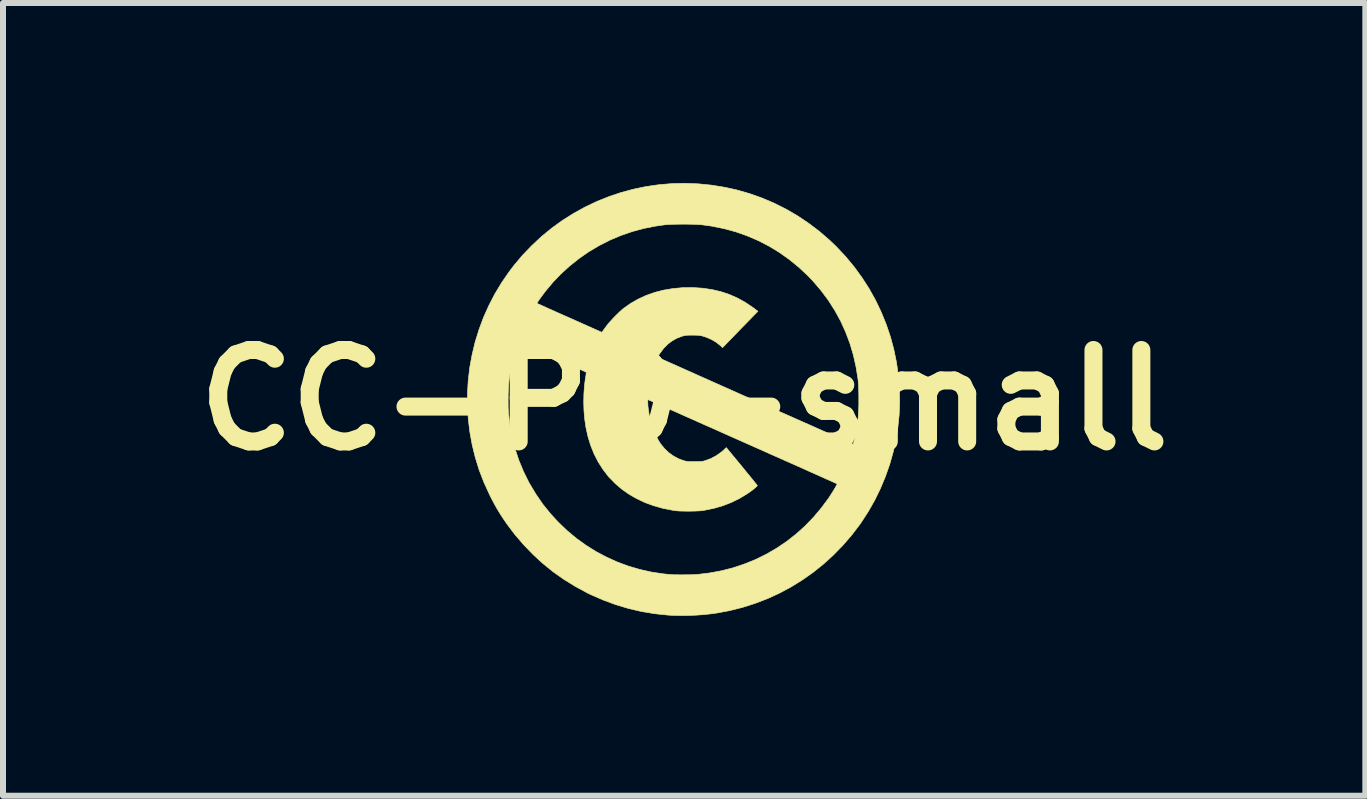
<source format=kicad_pcb>
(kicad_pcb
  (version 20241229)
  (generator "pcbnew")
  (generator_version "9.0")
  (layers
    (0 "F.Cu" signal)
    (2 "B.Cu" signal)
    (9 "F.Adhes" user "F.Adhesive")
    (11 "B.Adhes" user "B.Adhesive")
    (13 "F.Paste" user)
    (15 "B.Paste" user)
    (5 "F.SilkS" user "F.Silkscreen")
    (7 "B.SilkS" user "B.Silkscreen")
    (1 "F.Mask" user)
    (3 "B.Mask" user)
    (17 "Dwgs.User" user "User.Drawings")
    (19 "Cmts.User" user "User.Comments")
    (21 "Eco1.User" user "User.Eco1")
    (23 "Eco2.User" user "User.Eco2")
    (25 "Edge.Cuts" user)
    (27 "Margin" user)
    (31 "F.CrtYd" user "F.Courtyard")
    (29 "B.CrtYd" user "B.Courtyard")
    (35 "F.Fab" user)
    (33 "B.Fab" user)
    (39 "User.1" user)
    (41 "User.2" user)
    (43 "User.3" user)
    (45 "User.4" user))
  (footprint "CC-PD-small"
    (layer "F.Cu")
    (at 8.353 3.618)
    (property "Reference" "CC-PD-small" (at 0 0 0) (layer "F.SilkS") (effects (font (size 1.524 1.524) (thickness 0.3))))
    (attr through_hole)
    (fp_poly (pts (xy 0.238 -3.604) (xy 0.459 -3.582) (xy 0.679 -3.546) (xy 0.874 -3.503) (xy 1.088 -3.442) (xy 1.297 -3.368) (xy 1.501 -3.281) (xy 1.699 -3.182) (xy 1.891 -3.07) (xy 2.076 -2.946) (xy 2.254 -2.811) (xy 2.423 -2.665) (xy 2.536 -2.557) (xy 2.69 -2.393) (xy 2.833 -2.221) (xy 2.963 -2.042) (xy 3.083 -1.856) (xy 3.19 -1.664) (xy 3.284 -1.467) (xy 3.367 -1.264) (xy 3.437 -1.057) (xy 3.494 -0.846) (xy 3.538 -0.632) (xy 3.569 -0.415) (xy 3.587 -0.195) (xy 3.592 0.026) (xy 3.583 0.248) (xy 3.56 0.471) (xy 3.531 0.652) (xy 3.485 0.861) (xy 3.426 1.07) (xy 3.354 1.275) (xy 3.27 1.476) (xy 3.175 1.671) (xy 3.068 1.859) (xy 2.951 2.039) (xy 2.929 2.071) (xy 2.791 2.252) (xy 2.644 2.422) (xy 2.487 2.583) (xy 2.323 2.732) (xy 2.15 2.871) (xy 1.969 2.998) (xy 1.782 3.114) (xy 1.588 3.218) (xy 1.387 3.31) (xy 1.181 3.389) (xy 0.97 3.456) (xy 0.754 3.51) (xy 0.534 3.551) (xy 0.445 3.563) (xy 0.324 3.576) (xy 0.195 3.585) (xy 0.062 3.59) (xy -0.07 3.591) (xy -0.196 3.588) (xy -0.268 3.584) (xy -0.488 3.561) (xy -0.707 3.525) (xy -0.923 3.475) (xy -1.137 3.411) (xy -1.346 3.334) (xy -1.551 3.245) (xy -1.609 3.217) (xy -1.809 3.109) (xy -2.001 2.991) (xy -2.184 2.862) (xy -2.358 2.721) (xy -2.522 2.57) (xy -2.678 2.408) (xy -2.826 2.235) (xy -2.95 2.071) (xy -3.01 1.984) (xy -3.065 1.9) (xy -3.117 1.814) (xy -3.168 1.723) (xy -3.22 1.624) (xy -3.245 1.573) (xy -3.337 1.372) (xy -3.416 1.167) (xy -3.481 0.958) (xy -3.533 0.747) (xy -3.572 0.533) (xy -3.598 0.319) (xy -3.611 0.103) (xy -3.611 0.062) (xy -2.934 0.062) (xy -2.933 0.132) (xy -2.93 0.193) (xy -2.929 0.208) (xy -2.905 0.415) (xy -2.868 0.616) (xy -2.819 0.811) (xy -2.756 1.002) (xy -2.68 1.186) (xy -2.592 1.365) (xy -2.575 1.395) (xy -2.47 1.57) (xy -2.355 1.737) (xy -2.229 1.893) (xy -2.094 2.04) (xy -1.95 2.177) (xy -1.798 2.304) (xy -1.638 2.419) (xy -1.471 2.524) (xy -1.297 2.616) (xy -1.117 2.698) (xy -0.931 2.767) (xy -0.74 2.823) (xy -0.544 2.867) (xy -0.344 2.897) (xy -0.219 2.909) (xy -0.188 2.911) (xy -0.146 2.912) (xy -0.096 2.912) (xy -0.041 2.913) (xy 0.016 2.912) (xy 0.073 2.912) (xy 0.125 2.911) (xy 0.17 2.909) (xy 0.206 2.907) (xy 0.215 2.907) (xy 0.421 2.882) (xy 0.622 2.845) (xy 0.818 2.795) (xy 1.008 2.731) (xy 1.193 2.656) (xy 1.371 2.568) (xy 1.543 2.468) (xy 1.708 2.357) (xy 1.865 2.234) (xy 2.014 2.1) (xy 2.155 1.954) (xy 2.286 1.799) (xy 2.409 1.633) (xy 2.427 1.605) (xy 2.451 1.568) (xy 2.475 1.531) (xy 2.497 1.494) (xy 2.517 1.461) (xy 2.533 1.432) (xy 2.544 1.411) (xy 2.549 1.398) (xy 2.548 1.396) (xy 2.542 1.393) (xy 2.522 1.384) (xy 2.492 1.37) (xy 2.45 1.351) (xy 2.398 1.328) (xy 2.337 1.301) (xy 2.267 1.269) (xy 2.188 1.234) (xy 2.102 1.196) (xy 2.01 1.154) (xy 1.911 1.11) (xy 1.806 1.063) (xy 1.696 1.015) (xy 1.583 0.964) (xy 1.465 0.912) (xy 1.453 0.907) (xy 1.327 0.85) (xy 1.198 0.793) (xy 1.068 0.735) (xy 0.939 0.678) (xy 0.811 0.621) (xy 0.685 0.565) (xy 0.563 0.51) (xy 0.446 0.458) (xy 0.334 0.409) (xy 0.229 0.362) (xy 0.133 0.319) (xy 0.045 0.28) (xy -0.032 0.246) (xy -0.098 0.216) (xy -0.118 0.207) (xy -0.196 0.173) (xy -0.269 0.14) (xy -0.339 0.109) (xy -0.402 0.081) (xy -0.458 0.056) (xy -0.507 0.035) (xy -0.547 0.017) (xy -0.577 0.004) (xy -0.596 -0.004) (xy -0.603 -0.007) (xy -0.603 -0.007) (xy -0.606 -0.000462) (xy -0.607 0.018) (xy -0.606 0.045) (xy -0.605 0.078) (xy -0.602 0.116) (xy -0.599 0.14) (xy -0.582 0.255) (xy -0.555 0.368) (xy -0.52 0.477) (xy -0.477 0.58) (xy -0.428 0.674) (xy -0.392 0.73) (xy -0.328 0.809) (xy -0.256 0.877) (xy -0.176 0.934) (xy -0.089 0.98) (xy -0.016 1.007) (xy 0.008 1.014) (xy 0.029 1.019) (xy 0.05 1.022) (xy 0.075 1.024) (xy 0.106 1.026) (xy 0.146 1.026) (xy 0.169 1.026) (xy 0.216 1.026) (xy 0.252 1.025) (xy 0.28 1.024) (xy 0.303 1.021) (xy 0.324 1.017) (xy 0.347 1.011) (xy 0.349 1.01) (xy 0.445 0.975) (xy 0.535 0.927) (xy 0.62 0.867) (xy 0.659 0.833) (xy 0.702 0.792) (xy 0.96 1.104) (xy 1.007 1.162) (xy 1.051 1.216) (xy 1.092 1.266) (xy 1.129 1.311) (xy 1.16 1.35) (xy 1.186 1.382) (xy 1.205 1.405) (xy 1.216 1.42) (xy 1.219 1.424) (xy 1.215 1.432) (xy 1.201 1.447) (xy 1.178 1.467) (xy 1.149 1.491) (xy 1.114 1.517) (xy 1.076 1.544) (xy 1.048 1.563) (xy 0.919 1.641) (xy 0.784 1.707) (xy 0.644 1.761) (xy 0.496 1.804) (xy 0.34 1.836) (xy 0.293 1.843) (xy 0.264 1.846) (xy 0.224 1.848) (xy 0.176 1.85) (xy 0.122 1.851) (xy 0.067 1.852) (xy 0.008 1.851) (xy -0.041 1.85) (xy -0.081 1.849) (xy -0.118 1.846) (xy -0.154 1.842) (xy -0.192 1.836) (xy -0.198 1.835) (xy -0.356 1.804) (xy -0.508 1.761) (xy -0.653 1.708) (xy -0.791 1.643) (xy -0.92 1.569) (xy -1.04 1.484) (xy -1.15 1.39) (xy -1.251 1.286) (xy -1.262 1.274) (xy -1.352 1.157) (xy -1.432 1.032) (xy -1.501 0.898) (xy -1.558 0.756) (xy -1.604 0.606) (xy -1.639 0.448) (xy -1.639 0.445) (xy -1.658 0.314) (xy -1.67 0.176) (xy -1.674 0.034) (xy -1.671 -0.108) (xy -1.661 -0.246) (xy -1.644 -0.377) (xy -1.639 -0.401) (xy -1.635 -0.429) (xy -1.633 -0.451) (xy -1.634 -0.464) (xy -1.635 -0.466) (xy -1.642 -0.469) (xy -1.661 -0.478) (xy -1.69 -0.491) (xy -1.729 -0.509) (xy -1.777 -0.531) (xy -1.832 -0.555) (xy -1.892 -0.582) (xy -1.958 -0.612) (xy -2.028 -0.643) (xy -2.1 -0.675) (xy -2.174 -0.708) (xy -2.248 -0.741) (xy -2.321 -0.773) (xy -2.393 -0.805) (xy -2.461 -0.835) (xy -2.526 -0.864) (xy -2.585 -0.89) (xy -2.637 -0.913) (xy -2.682 -0.933) (xy -2.719 -0.949) (xy -2.745 -0.96) (xy -2.761 -0.967) (xy -2.765 -0.968) (xy -2.772 -0.963) (xy -2.782 -0.945) (xy -2.793 -0.916) (xy -2.806 -0.878) (xy -2.82 -0.832) (xy -2.834 -0.779) (xy -2.848 -0.721) (xy -2.862 -0.659) (xy -2.876 -0.595) (xy -2.888 -0.531) (xy -2.9 -0.467) (xy -2.91 -0.406) (xy -2.914 -0.374) (xy -2.92 -0.317) (xy -2.926 -0.249) (xy -2.93 -0.174) (xy -2.933 -0.095) (xy -2.934 -0.015) (xy -2.934 0.062) (xy -3.611 0.062) (xy -3.612 -0.112) (xy -3.599 -0.327) (xy -3.574 -0.541) (xy -3.535 -0.753) (xy -3.485 -0.963) (xy -3.421 -1.17) (xy -3.346 -1.373) (xy -3.257 -1.572) (xy -3.236 -1.613) (xy -2.454 -1.613) (xy -2.454 -1.613) (xy -2.448 -1.609) (xy -2.429 -1.601) (xy -2.399 -1.588) (xy -2.36 -1.57) (xy -2.311 -1.548) (xy -2.254 -1.522) (xy -2.19 -1.494) (xy -2.12 -1.462) (xy -2.044 -1.428) (xy -1.964 -1.393) (xy -1.912 -1.37) (xy -1.372 -1.129) (xy -1.36 -1.145) (xy -1.352 -1.156) (xy -1.337 -1.177) (xy -1.318 -1.203) (xy -1.296 -1.232) (xy -1.294 -1.235) (xy -1.263 -1.275) (xy -1.223 -1.32) (xy -1.178 -1.369) (xy -1.131 -1.417) (xy -1.084 -1.463) (xy -1.041 -1.502) (xy -1.012 -1.526) (xy -0.894 -1.61) (xy -0.768 -1.682) (xy -0.634 -1.744) (xy -0.492 -1.794) (xy -0.345 -1.832) (xy -0.191 -1.858) (xy -0.031 -1.873) (xy 0.133 -1.875) (xy 0.152 -1.875) (xy 0.313 -1.864) (xy 0.466 -1.841) (xy 0.612 -1.807) (xy 0.751 -1.761) (xy 0.885 -1.702) (xy 1.014 -1.631) (xy 1.138 -1.548) (xy 1.149 -1.54) (xy 1.229 -1.48) (xy 1.159 -1.409) (xy 1.139 -1.388) (xy 1.111 -1.359) (xy 1.076 -1.323) (xy 1.035 -1.281) (xy 0.99 -1.235) (xy 0.942 -1.186) (xy 0.893 -1.135) (xy 0.865 -1.106) (xy 0.64 -0.875) (xy 0.604 -0.908) (xy 0.535 -0.963) (xy 0.459 -1.008) (xy 0.376 -1.045) (xy 0.296 -1.07) (xy 0.272 -1.075) (xy 0.245 -1.079) (xy 0.21 -1.081) (xy 0.167 -1.082) (xy 0.138 -1.082) (xy 0.093 -1.082) (xy 0.06 -1.081) (xy 0.033 -1.079) (xy 0.011 -1.076) (xy -0.011 -1.071) (xy -0.037 -1.063) (xy -0.037 -1.063) (xy -0.125 -1.03) (xy -0.204 -0.985) (xy -0.277 -0.929) (xy -0.343 -0.861) (xy -0.402 -0.782) (xy -0.446 -0.717) (xy -0.426 -0.707) (xy -0.406 -0.698) (xy -0.376 -0.684) (xy -0.334 -0.665) (xy -0.282 -0.642) (xy -0.22 -0.614) (xy -0.15 -0.583) (xy -0.072 -0.548) (xy 0.015 -0.509) (xy 0.108 -0.468) (xy 0.207 -0.423) (xy 0.312 -0.376) (xy 0.421 -0.328) (xy 0.535 -0.277) (xy 0.653 -0.224) (xy 0.773 -0.171) (xy 0.895 -0.116) (xy 1.02 -0.061) (xy 1.145 -0.005) (xy 1.27 0.05) (xy 1.395 0.106) (xy 1.519 0.161) (xy 1.641 0.215) (xy 1.761 0.268) (xy 1.877 0.32) (xy 1.99 0.37) (xy 2.099 0.418) (xy 2.202 0.464) (xy 2.3 0.508) (xy 2.391 0.548) (xy 2.475 0.585) (xy 2.552 0.619) (xy 2.62 0.649) (xy 2.679 0.675) (xy 2.729 0.697) (xy 2.768 0.714) (xy 2.796 0.726) (xy 2.812 0.733) (xy 2.816 0.735) (xy 2.819 0.726) (xy 2.825 0.707) (xy 2.832 0.68) (xy 2.839 0.653) (xy 2.864 0.533) (xy 2.886 0.403) (xy 2.897 0.321) (xy 2.902 0.273) (xy 2.906 0.213) (xy 2.909 0.145) (xy 2.911 0.071) (xy 2.911 -0.006) (xy 2.911 -0.083) (xy 2.909 -0.158) (xy 2.907 -0.228) (xy 2.903 -0.29) (xy 2.898 -0.341) (xy 2.898 -0.346) (xy 2.865 -0.551) (xy 2.82 -0.751) (xy 2.762 -0.946) (xy 2.691 -1.134) (xy 2.608 -1.317) (xy 2.512 -1.492) (xy 2.404 -1.662) (xy 2.283 -1.824) (xy 2.151 -1.979) (xy 2.057 -2.078) (xy 1.907 -2.217) (xy 1.75 -2.345) (xy 1.585 -2.462) (xy 1.413 -2.566) (xy 1.235 -2.658) (xy 1.051 -2.737) (xy 0.861 -2.804) (xy 0.666 -2.857) (xy 0.466 -2.898) (xy 0.293 -2.922) (xy 0.256 -2.925) (xy 0.207 -2.928) (xy 0.15 -2.93) (xy 0.087 -2.931) (xy 0.021 -2.932) (xy -0.047 -2.932) (xy -0.113 -2.931) (xy -0.176 -2.93) (xy -0.231 -2.928) (xy -0.278 -2.925) (xy -0.313 -2.922) (xy -0.314 -2.922) (xy -0.354 -2.917) (xy -0.402 -2.91) (xy -0.449 -2.903) (xy -0.48 -2.899) (xy -0.676 -2.86) (xy -0.868 -2.808) (xy -1.056 -2.743) (xy -1.238 -2.666) (xy -1.415 -2.576) (xy -1.586 -2.475) (xy -1.749 -2.362) (xy -1.904 -2.239) (xy -2.052 -2.105) (xy -2.19 -1.961) (xy -2.318 -1.807) (xy -2.404 -1.691) (xy -2.423 -1.663) (xy -2.439 -1.639) (xy -2.45 -1.622) (xy -2.454 -1.613) (xy -3.236 -1.613) (xy -3.157 -1.766) (xy -3.044 -1.954) (xy -2.919 -2.136) (xy -2.837 -2.244) (xy -2.692 -2.416) (xy -2.537 -2.577) (xy -2.375 -2.728) (xy -2.205 -2.867) (xy -2.028 -2.995) (xy -1.844 -3.111) (xy -1.654 -3.216) (xy -1.459 -3.309) (xy -1.258 -3.39) (xy -1.053 -3.459) (xy -0.845 -3.515) (xy -0.633 -3.559) (xy -0.418 -3.59) (xy -0.201 -3.608) (xy 0.018 -3.613) (xy 0.238 -3.604)) (stroke (width 0.01) (type solid)) (fill yes) (layer "F.SilkS")))
  (gr_rect
    (start -3 -3)
    (end 19.706 10.213)
    (stroke (width 0.1) (type default))
    (fill no)
    (layer "Edge.Cuts")))
</source>
